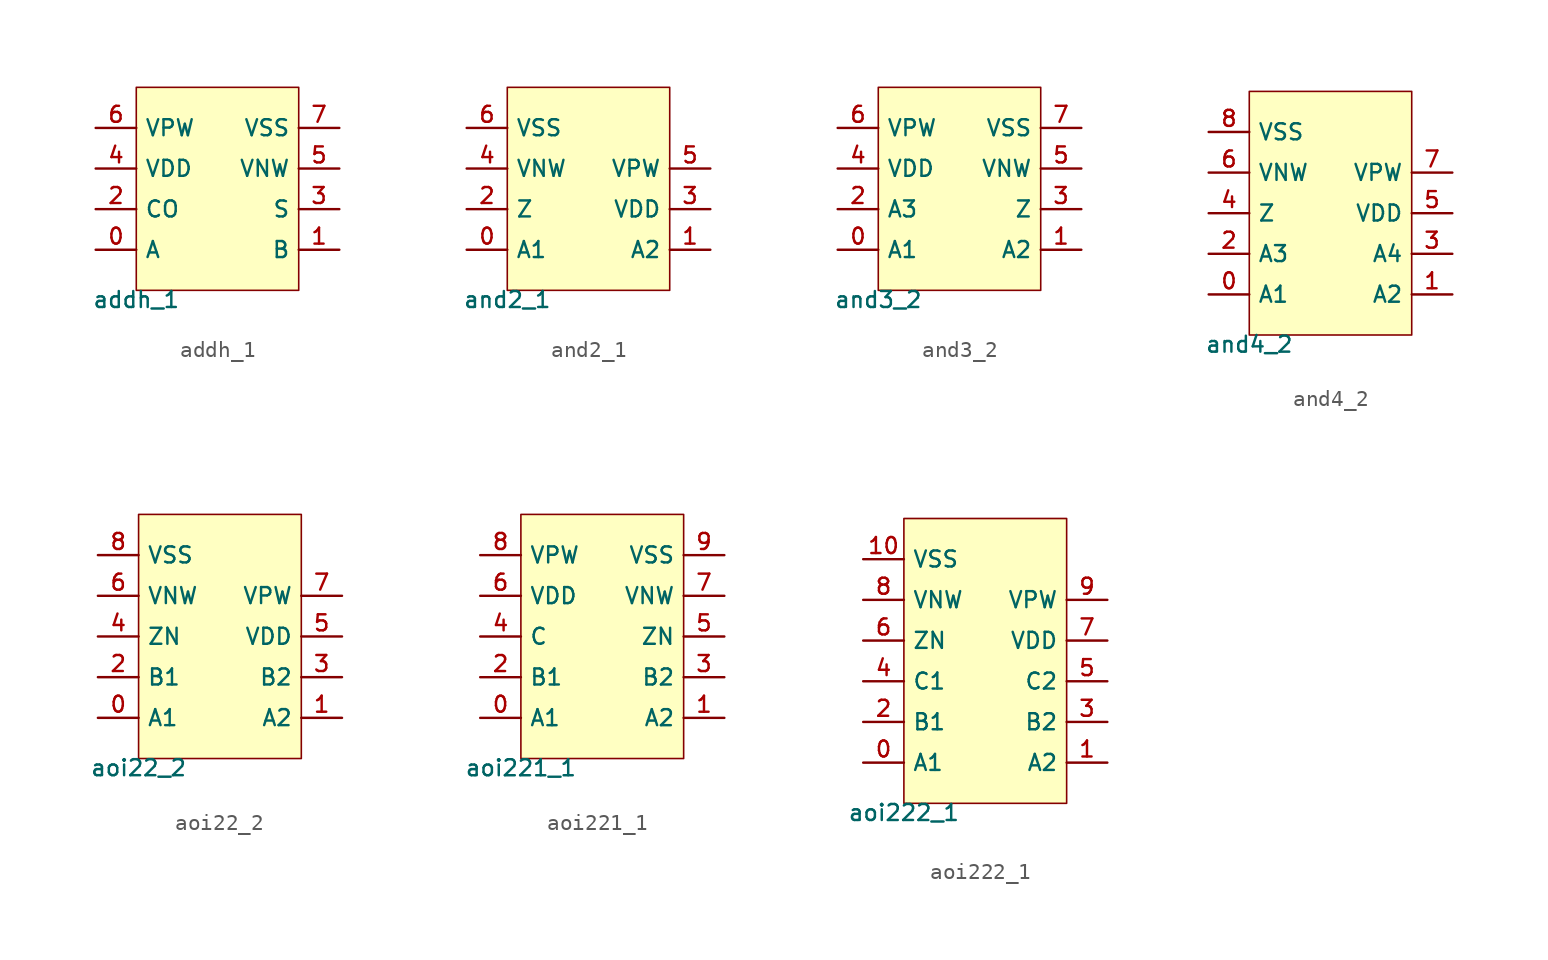
<source format=kicad_sym>
(kicad_symbol_lib
  (version 20211014)
  (generator pdk2kicad)
  (symbol "addh_1"
    (property "Reference" "X"
      (at 0 0 0)
      (effects (font (size 1 1)) hide))
    (property "Value" "addh_1"
      (at -5.08 -6.35 0)
      (effects (font (size 1 1)) (justify top)))
    (rectangle
      (start -5.08 -6.35)
      (end 5.08 6.35)
      (stroke (width 0.1) (type solid) (color 0 0 0 0))
      (fill (type background)))
    (pin bidirectional line
      (at -7.62 -3.81 0)
      (length 2.54)
      (name "A" (effects (font (size 1 1)) hide))
      (number "0" (effects (font (size 1 1)) hide)))
    (pin bidirectional line
      (at 7.62 -3.81 180)
      (length 2.54)
      (name "B" (effects (font (size 1 1)) hide))
      (number "1" (effects (font (size 1 1)) hide)))
    (pin bidirectional line
      (at -7.62 -1.27 0)
      (length 2.54)
      (name "CO" (effects (font (size 1 1)) hide))
      (number "2" (effects (font (size 1 1)) hide)))
    (pin bidirectional line
      (at 7.62 -1.27 180)
      (length 2.54)
      (name "S" (effects (font (size 1 1)) hide))
      (number "3" (effects (font (size 1 1)) hide)))
    (pin bidirectional line
      (at -7.62 1.27 0)
      (length 2.54)
      (name "VDD" (effects (font (size 1 1)) hide))
      (number "4" (effects (font (size 1 1)) hide)))
    (pin bidirectional line
      (at 7.62 1.27 180)
      (length 2.54)
      (name "VNW" (effects (font (size 1 1)) hide))
      (number "5" (effects (font (size 1 1)) hide)))
    (pin bidirectional line
      (at -7.62 3.81 0)
      (length 2.54)
      (name "VPW" (effects (font (size 1 1)) hide))
      (number "6" (effects (font (size 1 1)) hide)))
    (pin bidirectional line
      (at 7.62 3.81 180)
      (length 2.54)
      (name "VSS" (effects (font (size 1 1)) hide))
      (number "7" (effects (font (size 1 1)) hide))))
  (symbol "and2_1"
    (property "Reference" "X"
      (at 0 0 0)
      (effects (font (size 1 1)) hide))
    (property "Value" "and2_1"
      (at -5.08 -6.35 0)
      (effects (font (size 1 1)) (justify top)))
    (rectangle
      (start -5.08 -6.35)
      (end 5.08 6.35)
      (stroke (width 0.1) (type solid) (color 0 0 0 0))
      (fill (type background)))
    (pin bidirectional line
      (at -7.62 -3.81 0)
      (length 2.54)
      (name "A1" (effects (font (size 1 1)) hide))
      (number "0" (effects (font (size 1 1)) hide)))
    (pin bidirectional line
      (at 7.62 -3.81 180)
      (length 2.54)
      (name "A2" (effects (font (size 1 1)) hide))
      (number "1" (effects (font (size 1 1)) hide)))
    (pin bidirectional line
      (at -7.62 -1.27 0)
      (length 2.54)
      (name "Z" (effects (font (size 1 1)) hide))
      (number "2" (effects (font (size 1 1)) hide)))
    (pin bidirectional line
      (at 7.62 -1.27 180)
      (length 2.54)
      (name "VDD" (effects (font (size 1 1)) hide))
      (number "3" (effects (font (size 1 1)) hide)))
    (pin bidirectional line
      (at -7.62 1.27 0)
      (length 2.54)
      (name "VNW" (effects (font (size 1 1)) hide))
      (number "4" (effects (font (size 1 1)) hide)))
    (pin bidirectional line
      (at 7.62 1.27 180)
      (length 2.54)
      (name "VPW" (effects (font (size 1 1)) hide))
      (number "5" (effects (font (size 1 1)) hide)))
    (pin bidirectional line
      (at -7.62 3.81 0)
      (length 2.54)
      (name "VSS" (effects (font (size 1 1)) hide))
      (number "6" (effects (font (size 1 1)) hide))))
  (symbol "and3_2"
    (property "Reference" "X"
      (at 0 0 0)
      (effects (font (size 1 1)) hide))
    (property "Value" "and3_2"
      (at -5.08 -6.35 0)
      (effects (font (size 1 1)) (justify top)))
    (rectangle
      (start -5.08 -6.35)
      (end 5.08 6.35)
      (stroke (width 0.1) (type solid) (color 0 0 0 0))
      (fill (type background)))
    (pin bidirectional line
      (at -7.62 -3.81 0)
      (length 2.54)
      (name "A1" (effects (font (size 1 1)) hide))
      (number "0" (effects (font (size 1 1)) hide)))
    (pin bidirectional line
      (at 7.62 -3.81 180)
      (length 2.54)
      (name "A2" (effects (font (size 1 1)) hide))
      (number "1" (effects (font (size 1 1)) hide)))
    (pin bidirectional line
      (at -7.62 -1.27 0)
      (length 2.54)
      (name "A3" (effects (font (size 1 1)) hide))
      (number "2" (effects (font (size 1 1)) hide)))
    (pin bidirectional line
      (at 7.62 -1.27 180)
      (length 2.54)
      (name "Z" (effects (font (size 1 1)) hide))
      (number "3" (effects (font (size 1 1)) hide)))
    (pin bidirectional line
      (at -7.62 1.27 0)
      (length 2.54)
      (name "VDD" (effects (font (size 1 1)) hide))
      (number "4" (effects (font (size 1 1)) hide)))
    (pin bidirectional line
      (at 7.62 1.27 180)
      (length 2.54)
      (name "VNW" (effects (font (size 1 1)) hide))
      (number "5" (effects (font (size 1 1)) hide)))
    (pin bidirectional line
      (at -7.62 3.81 0)
      (length 2.54)
      (name "VPW" (effects (font (size 1 1)) hide))
      (number "6" (effects (font (size 1 1)) hide)))
    (pin bidirectional line
      (at 7.62 3.81 180)
      (length 2.54)
      (name "VSS" (effects (font (size 1 1)) hide))
      (number "7" (effects (font (size 1 1)) hide))))
  (symbol "and4_2"
    (property "Reference" "X"
      (at 0 0 0)
      (effects (font (size 1 1)) hide))
    (property "Value" "and4_2"
      (at -5.08 -7.62 0)
      (effects (font (size 1 1)) (justify top)))
    (rectangle
      (start -5.08 -7.62)
      (end 5.08 7.62)
      (stroke (width 0.1) (type solid) (color 0 0 0 0))
      (fill (type background)))
    (pin bidirectional line
      (at -7.62 -5.08 0)
      (length 2.54)
      (name "A1" (effects (font (size 1 1)) hide))
      (number "0" (effects (font (size 1 1)) hide)))
    (pin bidirectional line
      (at 7.62 -5.08 180)
      (length 2.54)
      (name "A2" (effects (font (size 1 1)) hide))
      (number "1" (effects (font (size 1 1)) hide)))
    (pin bidirectional line
      (at -7.62 -2.54 0)
      (length 2.54)
      (name "A3" (effects (font (size 1 1)) hide))
      (number "2" (effects (font (size 1 1)) hide)))
    (pin bidirectional line
      (at 7.62 -2.54 180)
      (length 2.54)
      (name "A4" (effects (font (size 1 1)) hide))
      (number "3" (effects (font (size 1 1)) hide)))
    (pin bidirectional line
      (at -7.62 8.881784197001252e-16 0)
      (length 2.54)
      (name "Z" (effects (font (size 1 1)) hide))
      (number "4" (effects (font (size 1 1)) hide)))
    (pin bidirectional line
      (at 7.62 8.881784197001252e-16 180)
      (length 2.54)
      (name "VDD" (effects (font (size 1 1)) hide))
      (number "5" (effects (font (size 1 1)) hide)))
    (pin bidirectional line
      (at -7.62 2.54 0)
      (length 2.54)
      (name "VNW" (effects (font (size 1 1)) hide))
      (number "6" (effects (font (size 1 1)) hide)))
    (pin bidirectional line
      (at 7.62 2.54 180)
      (length 2.54)
      (name "VPW" (effects (font (size 1 1)) hide))
      (number "7" (effects (font (size 1 1)) hide)))
    (pin bidirectional line
      (at -7.62 5.08 0)
      (length 2.54)
      (name "VSS" (effects (font (size 1 1)) hide))
      (number "8" (effects (font (size 1 1)) hide))))
  (symbol "aoi22_2"
    (property "Reference" "X"
      (at 0 0 0)
      (effects (font (size 1 1)) hide))
    (property "Value" "aoi22_2"
      (at -5.08 -7.62 0)
      (effects (font (size 1 1)) (justify top)))
    (rectangle
      (start -5.08 -7.62)
      (end 5.08 7.62)
      (stroke (width 0.1) (type solid) (color 0 0 0 0))
      (fill (type background)))
    (pin bidirectional line
      (at -7.62 -5.08 0)
      (length 2.54)
      (name "A1" (effects (font (size 1 1)) hide))
      (number "0" (effects (font (size 1 1)) hide)))
    (pin bidirectional line
      (at 7.62 -5.08 180)
      (length 2.54)
      (name "A2" (effects (font (size 1 1)) hide))
      (number "1" (effects (font (size 1 1)) hide)))
    (pin bidirectional line
      (at -7.62 -2.54 0)
      (length 2.54)
      (name "B1" (effects (font (size 1 1)) hide))
      (number "2" (effects (font (size 1 1)) hide)))
    (pin bidirectional line
      (at 7.62 -2.54 180)
      (length 2.54)
      (name "B2" (effects (font (size 1 1)) hide))
      (number "3" (effects (font (size 1 1)) hide)))
    (pin bidirectional line
      (at -7.62 8.881784197001252e-16 0)
      (length 2.54)
      (name "ZN" (effects (font (size 1 1)) hide))
      (number "4" (effects (font (size 1 1)) hide)))
    (pin bidirectional line
      (at 7.62 8.881784197001252e-16 180)
      (length 2.54)
      (name "VDD" (effects (font (size 1 1)) hide))
      (number "5" (effects (font (size 1 1)) hide)))
    (pin bidirectional line
      (at -7.62 2.54 0)
      (length 2.54)
      (name "VNW" (effects (font (size 1 1)) hide))
      (number "6" (effects (font (size 1 1)) hide)))
    (pin bidirectional line
      (at 7.62 2.54 180)
      (length 2.54)
      (name "VPW" (effects (font (size 1 1)) hide))
      (number "7" (effects (font (size 1 1)) hide)))
    (pin bidirectional line
      (at -7.62 5.08 0)
      (length 2.54)
      (name "VSS" (effects (font (size 1 1)) hide))
      (number "8" (effects (font (size 1 1)) hide))))
  (symbol "aoi221_1"
    (property "Reference" "X"
      (at 0 0 0)
      (effects (font (size 1 1)) hide))
    (property "Value" "aoi221_1"
      (at -5.08 -7.62 0)
      (effects (font (size 1 1)) (justify top)))
    (rectangle
      (start -5.08 -7.62)
      (end 5.08 7.62)
      (stroke (width 0.1) (type solid) (color 0 0 0 0))
      (fill (type background)))
    (pin bidirectional line
      (at -7.62 -5.08 0)
      (length 2.54)
      (name "A1" (effects (font (size 1 1)) hide))
      (number "0" (effects (font (size 1 1)) hide)))
    (pin bidirectional line
      (at 7.62 -5.08 180)
      (length 2.54)
      (name "A2" (effects (font (size 1 1)) hide))
      (number "1" (effects (font (size 1 1)) hide)))
    (pin bidirectional line
      (at -7.62 -2.54 0)
      (length 2.54)
      (name "B1" (effects (font (size 1 1)) hide))
      (number "2" (effects (font (size 1 1)) hide)))
    (pin bidirectional line
      (at 7.62 -2.54 180)
      (length 2.54)
      (name "B2" (effects (font (size 1 1)) hide))
      (number "3" (effects (font (size 1 1)) hide)))
    (pin bidirectional line
      (at -7.62 8.881784197001252e-16 0)
      (length 2.54)
      (name "C" (effects (font (size 1 1)) hide))
      (number "4" (effects (font (size 1 1)) hide)))
    (pin bidirectional line
      (at 7.62 8.881784197001252e-16 180)
      (length 2.54)
      (name "ZN" (effects (font (size 1 1)) hide))
      (number "5" (effects (font (size 1 1)) hide)))
    (pin bidirectional line
      (at -7.62 2.54 0)
      (length 2.54)
      (name "VDD" (effects (font (size 1 1)) hide))
      (number "6" (effects (font (size 1 1)) hide)))
    (pin bidirectional line
      (at 7.62 2.54 180)
      (length 2.54)
      (name "VNW" (effects (font (size 1 1)) hide))
      (number "7" (effects (font (size 1 1)) hide)))
    (pin bidirectional line
      (at -7.62 5.08 0)
      (length 2.54)
      (name "VPW" (effects (font (size 1 1)) hide))
      (number "8" (effects (font (size 1 1)) hide)))
    (pin bidirectional line
      (at 7.62 5.08 180)
      (length 2.54)
      (name "VSS" (effects (font (size 1 1)) hide))
      (number "9" (effects (font (size 1 1)) hide))))
  (symbol "aoi222_1"
    (property "Reference" "X"
      (at 0 0 0)
      (effects (font (size 1 1)) hide))
    (property "Value" "aoi222_1"
      (at -5.08 -8.89 0)
      (effects (font (size 1 1)) (justify top)))
    (rectangle
      (start -5.08 -8.89)
      (end 5.08 8.89)
      (stroke (width 0.1) (type solid) (color 0 0 0 0))
      (fill (type background)))
    (pin bidirectional line
      (at -7.62 -6.35 0)
      (length 2.54)
      (name "A1" (effects (font (size 1 1)) hide))
      (number "0" (effects (font (size 1 1)) hide)))
    (pin bidirectional line
      (at 7.62 -6.35 180)
      (length 2.54)
      (name "A2" (effects (font (size 1 1)) hide))
      (number "1" (effects (font (size 1 1)) hide)))
    (pin bidirectional line
      (at -7.62 -3.81 0)
      (length 2.54)
      (name "B1" (effects (font (size 1 1)) hide))
      (number "2" (effects (font (size 1 1)) hide)))
    (pin bidirectional line
      (at 7.62 -3.81 180)
      (length 2.54)
      (name "B2" (effects (font (size 1 1)) hide))
      (number "3" (effects (font (size 1 1)) hide)))
    (pin bidirectional line
      (at -7.62 -1.27 0)
      (length 2.54)
      (name "C1" (effects (font (size 1 1)) hide))
      (number "4" (effects (font (size 1 1)) hide)))
    (pin bidirectional line
      (at 7.62 -1.27 180)
      (length 2.54)
      (name "C2" (effects (font (size 1 1)) hide))
      (number "5" (effects (font (size 1 1)) hide)))
    (pin bidirectional line
      (at -7.62 1.27 0)
      (length 2.54)
      (name "ZN" (effects (font (size 1 1)) hide))
      (number "6" (effects (font (size 1 1)) hide)))
    (pin bidirectional line
      (at 7.62 1.27 180)
      (length 2.54)
      (name "VDD" (effects (font (size 1 1)) hide))
      (number "7" (effects (font (size 1 1)) hide)))
    (pin bidirectional line
      (at -7.62 3.81 0)
      (length 2.54)
      (name "VNW" (effects (font (size 1 1)) hide))
      (number "8" (effects (font (size 1 1)) hide)))
    (pin bidirectional line
      (at 7.62 3.81 180)
      (length 2.54)
      (name "VPW" (effects (font (size 1 1)) hide))
      (number "9" (effects (font (size 1 1)) hide)))
    (pin bidirectional line
      (at -7.62 6.35 0)
      (length 2.54)
      (name "VSS" (effects (font (size 1 1)) hide))
      (number "10" (effects (font (size 1 1)) hide)))))
</source>
